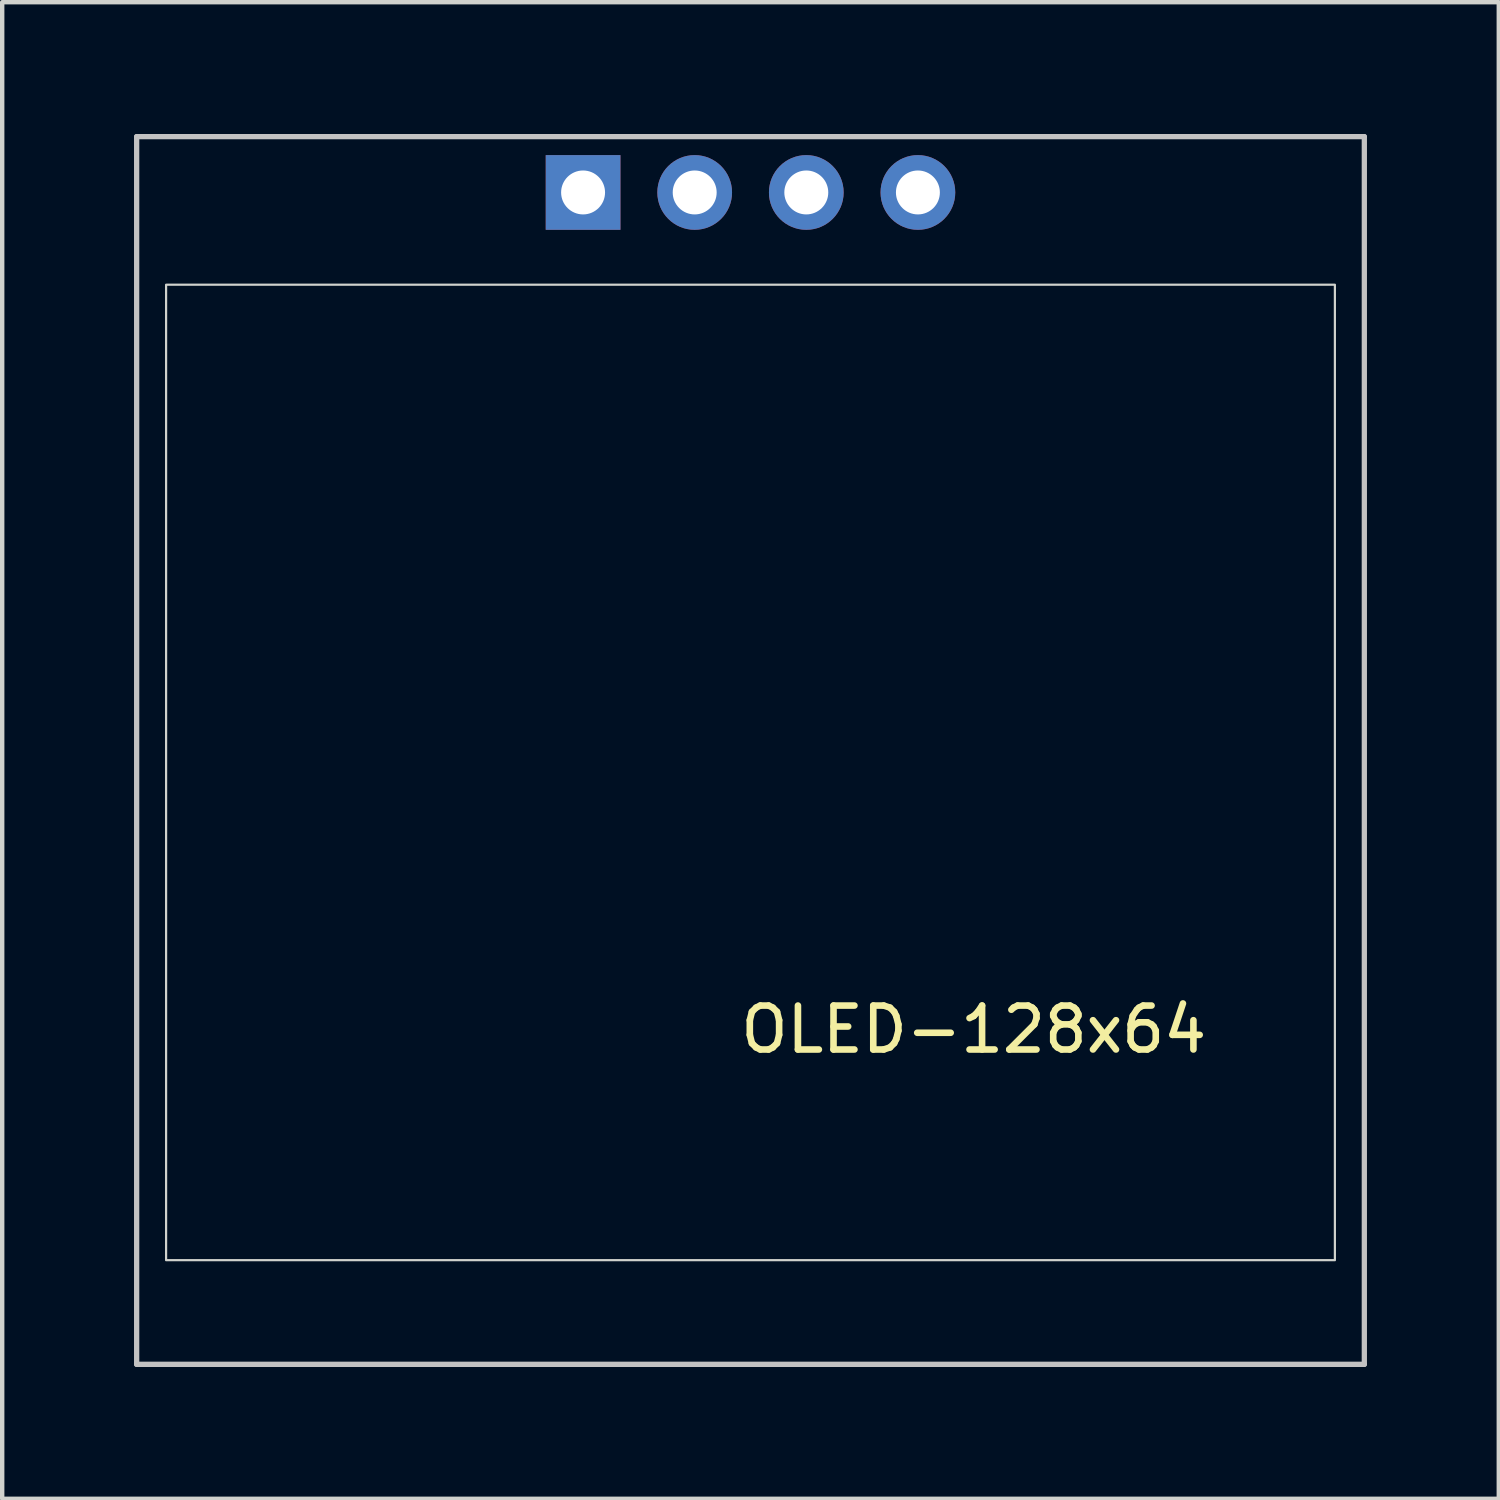
<source format=kicad_pcb>
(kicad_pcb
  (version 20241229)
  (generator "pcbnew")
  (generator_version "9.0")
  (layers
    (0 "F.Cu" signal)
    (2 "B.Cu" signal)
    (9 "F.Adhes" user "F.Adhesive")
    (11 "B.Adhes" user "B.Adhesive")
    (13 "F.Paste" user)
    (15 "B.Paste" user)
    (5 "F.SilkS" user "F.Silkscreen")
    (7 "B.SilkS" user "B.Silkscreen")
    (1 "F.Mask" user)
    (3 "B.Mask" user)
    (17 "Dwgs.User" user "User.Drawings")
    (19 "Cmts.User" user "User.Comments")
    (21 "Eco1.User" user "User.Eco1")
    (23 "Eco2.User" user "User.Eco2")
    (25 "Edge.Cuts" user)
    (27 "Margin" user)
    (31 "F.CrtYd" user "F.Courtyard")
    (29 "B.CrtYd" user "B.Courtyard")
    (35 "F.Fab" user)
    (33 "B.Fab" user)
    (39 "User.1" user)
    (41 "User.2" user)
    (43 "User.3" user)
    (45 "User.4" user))
  (footprint "OLED-128x64"
    (layer "F.Cu")
    (at 14.03 1.33)
    (property "Reference" "OLED-128x64" (at 5.08 19.05 0) (layer "F.SilkS") (effects (font (size 1 1) (thickness 0.15))))
    (attr through_hole exclude_from_pos_files)
    (fp_line (start -13.97 -1.27) (end -13.97 26.67) (stroke (width 0.12) (type solid)) (layer "Dwgs.User"))
    (fp_line (start -13.97 26.67) (end 13.97 26.67) (stroke (width 0.12) (type solid)) (layer "Dwgs.User"))
    (fp_line (start 13.97 -1.27) (end -13.97 -1.27) (stroke (width 0.12) (type solid)) (layer "Dwgs.User"))
    (fp_line (start 13.97 26.67) (end 13.97 -1.27) (stroke (width 0.12) (type solid)) (layer "Dwgs.User"))
    (fp_rect (start -13.3 2.1) (end 13.3 24.3) (stroke (width 0.05) (type default)) (fill no) (layer "Edge.Cuts"))
    (pad "1" thru_hole rect (at -3.81 0 90) (size 1.7 1.7) (drill 1) (layers "*.Cu" "*.Mask"))
    (pad "2" thru_hole oval (at -1.27 0 90) (size 1.7 1.7) (drill 1) (layers "*.Cu" "*.Mask"))
    (pad "3" thru_hole oval (at 1.27 0 90) (size 1.7 1.7) (drill 1) (layers "*.Cu" "*.Mask"))
    (pad "4" thru_hole oval (at 3.81 0 90) (size 1.7 1.7) (drill 1) (layers "*.Cu" "*.Mask")))
  (gr_rect
    (start -3 -3)
    (end 31.06 31.06)
    (stroke (width 0.1) (type default))
    (fill no)
    (layer "Edge.Cuts")))
</source>
